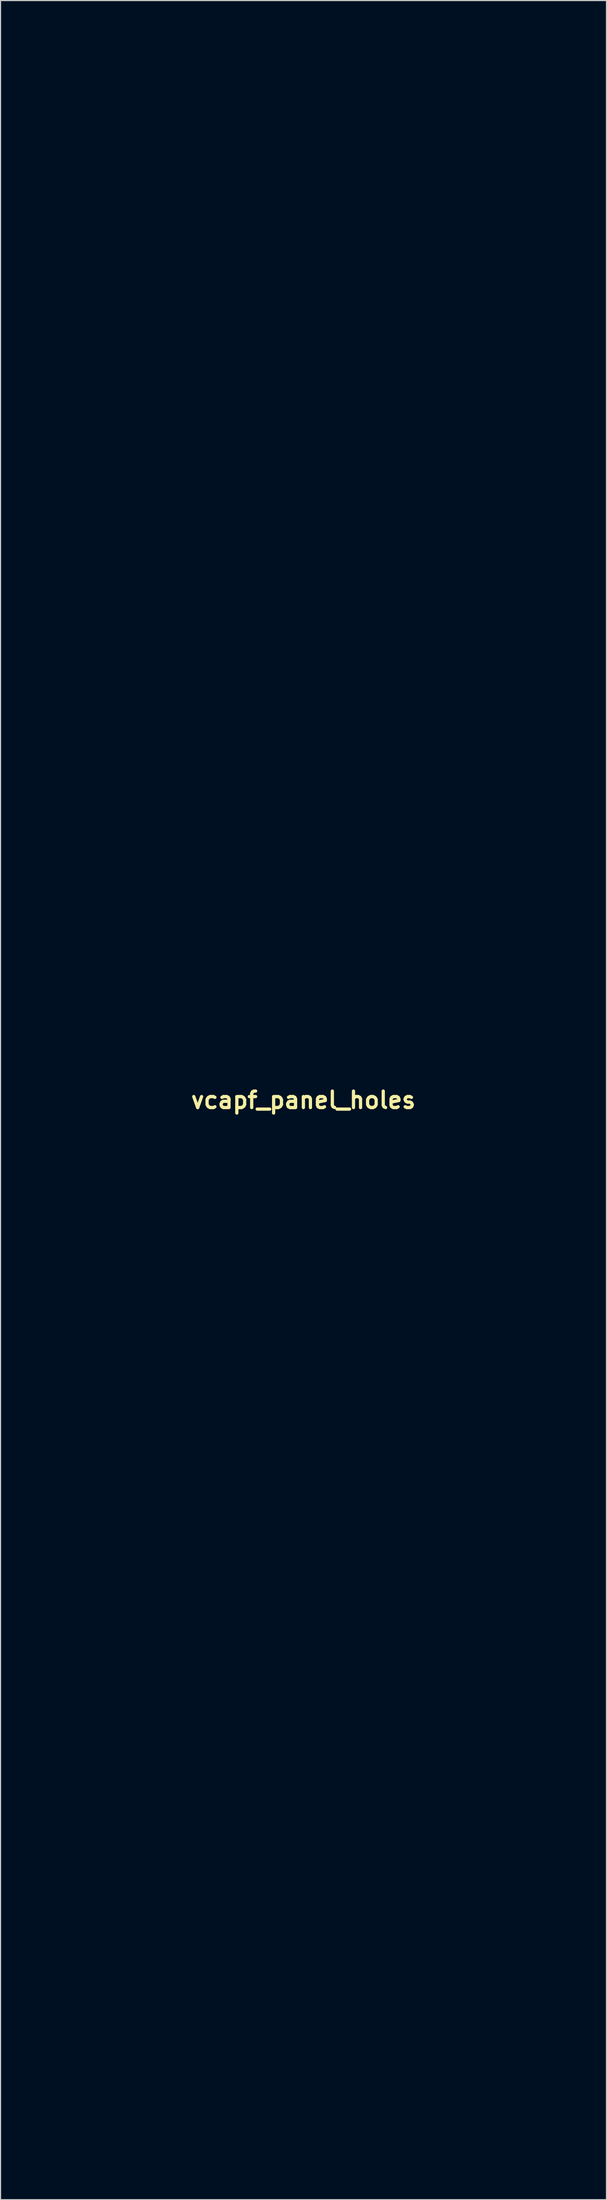
<source format=kicad_pcb>
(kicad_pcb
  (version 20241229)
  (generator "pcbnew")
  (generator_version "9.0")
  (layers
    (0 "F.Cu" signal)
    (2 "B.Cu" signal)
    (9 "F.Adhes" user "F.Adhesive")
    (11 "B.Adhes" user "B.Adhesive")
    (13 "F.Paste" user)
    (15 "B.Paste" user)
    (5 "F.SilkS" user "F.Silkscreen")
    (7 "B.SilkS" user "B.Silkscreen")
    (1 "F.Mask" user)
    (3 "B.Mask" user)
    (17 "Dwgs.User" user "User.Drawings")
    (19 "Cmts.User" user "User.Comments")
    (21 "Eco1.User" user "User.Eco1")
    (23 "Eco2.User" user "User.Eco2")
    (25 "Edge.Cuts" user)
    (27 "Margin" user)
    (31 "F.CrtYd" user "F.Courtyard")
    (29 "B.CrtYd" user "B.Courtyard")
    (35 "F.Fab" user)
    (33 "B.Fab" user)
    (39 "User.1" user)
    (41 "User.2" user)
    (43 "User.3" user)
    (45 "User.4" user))
  (footprint "vcapf_panel_holes"
    (layer "F.Cu")
    (at 25.069 98.749)
    (property "Reference" "vcapf_panel_holes" (at 0 0 0) (layer "F.SilkS") (effects (font (size 1.524 1.524) (thickness 0.3))))
    (attr board_only exclude_from_pos_files exclude_from_bom)
    (fp_poly (pts (xy 25.044 -89.701) (xy -25.019 -89.701) (xy -25.019 -90.489) (xy 25.044 -90.489)) (stroke (width 0.1) (type solid)) (fill no) (layer "Eco1.User"))
    (fp_poly (pts (xy 25.044 90.489) (xy -25.019 90.489) (xy -25.019 89.701) (xy 25.044 89.701)) (stroke (width 0.1) (type solid)) (fill no) (layer "Eco1.User"))
    (fp_poly (pts (xy -7.678 96.642) (xy -7.43 96.642) (xy -7.312 96.639) (xy -7.203 96.632) (xy -7.12 96.622) (xy -7.094 96.617) (xy -7 96.601) (xy -6.942 96.619) (xy -6.917 96.671) (xy -6.916 96.695) (xy -6.928 96.758) (xy -6.975 96.793) (xy -6.981 96.795) (xy -7.023 96.802) (xy -7.11 96.808) (xy -7.237 96.812) (xy -7.396 96.816) (xy -7.582 96.819) (xy -7.789 96.82) (xy -7.845 96.82) (xy -8.645 96.82) (xy -8.645 93.388) (xy -7.678 93.388)) (stroke (width 0.1) (type solid)) (fill no) (layer "Eco1.User"))
    (fp_poly (pts (xy 8.173 93.386) (xy 8.365 93.387) (xy 8.53 93.388) (xy 8.663 93.391) (xy 8.758 93.394) (xy 8.811 93.397) (xy 8.82 93.399) (xy 8.846 93.44) (xy 8.832 93.495) (xy 8.808 93.526) (xy 8.778 93.544) (xy 8.727 93.556) (xy 8.645 93.563) (xy 8.524 93.565) (xy 8.49 93.566) (xy 8.212 93.566) (xy 8.212 96.82) (xy 7.221 96.82) (xy 7.221 93.566) (xy 7.06 93.566) (xy 6.943 93.57) (xy 6.818 93.583) (xy 6.753 93.593) (xy 6.642 93.605) (xy 6.572 93.591) (xy 6.54 93.55) (xy 6.539 93.504) (xy 6.546 93.478) (xy 6.558 93.456) (xy 6.583 93.438) (xy 6.622 93.423) (xy 6.682 93.412) (xy 6.765 93.403) (xy 6.878 93.397) (xy 7.023 93.393) (xy 7.205 93.39) (xy 7.429 93.388) (xy 7.7 93.386) (xy 7.733 93.386) (xy 7.961 93.385)) (stroke (width 0.1) (type solid)) (fill no) (layer "Eco1.User"))
    (fp_poly (pts (xy 16.708 93.385) (xy 16.842 93.387) (xy 16.943 93.39) (xy 17.016 93.394) (xy 17.066 93.399) (xy 17.098 93.406) (xy 17.116 93.415) (xy 17.123 93.423) (xy 17.134 93.479) (xy 17.121 93.508) (xy 17.1 93.529) (xy 17.062 93.543) (xy 16.996 93.553) (xy 16.895 93.561) (xy 16.804 93.566) (xy 16.514 93.578) (xy 16.507 95.199) (xy 16.501 96.82) (xy 15.535 96.82) (xy 15.529 95.199) (xy 15.522 93.578) (xy 15.363 93.571) (xy 15.248 93.571) (xy 15.127 93.58) (xy 15.064 93.589) (xy 14.958 93.603) (xy 14.89 93.599) (xy 14.85 93.573) (xy 14.838 93.549) (xy 14.838 93.488) (xy 14.879 93.436) (xy 14.953 93.405) (xy 14.956 93.404) (xy 14.999 93.401) (xy 15.087 93.397) (xy 15.214 93.394) (xy 15.374 93.391) (xy 15.561 93.389) (xy 15.77 93.387) (xy 15.993 93.386) (xy 16.068 93.386) (xy 16.326 93.385) (xy 16.538 93.385)) (stroke (width 0.1) (type solid)) (fill no) (layer "Eco1.User"))
    (fp_poly (pts (xy 9.973 93.395) (xy 10.249 93.403) (xy 10.481 93.414) (xy 10.673 93.429) (xy 10.833 93.451) (xy 10.965 93.481) (xy 11.077 93.521) (xy 11.173 93.571) (xy 11.26 93.635) (xy 11.344 93.712) (xy 11.397 93.768) (xy 11.543 93.963) (xy 11.644 94.179) (xy 11.701 94.419) (xy 11.713 94.681) (xy 11.681 94.968) (xy 11.656 95.088) (xy 11.579 95.323) (xy 11.466 95.531) (xy 11.322 95.708) (xy 11.15 95.851) (xy 10.956 95.955) (xy 10.745 96.016) (xy 10.567 96.032) (xy 10.486 96.015) (xy 10.429 95.971) (xy 10.407 95.911) (xy 10.411 95.881) (xy 10.42 95.854) (xy 10.432 95.836) (xy 10.457 95.826) (xy 10.507 95.822) (xy 10.59 95.819) (xy 10.667 95.818) (xy 10.789 95.812) (xy 10.882 95.796) (xy 10.969 95.765) (xy 11.014 95.744) (xy 11.181 95.635) (xy 11.319 95.486) (xy 11.427 95.302) (xy 11.502 95.085) (xy 11.544 94.84) (xy 11.552 94.672) (xy 11.534 94.421) (xy 11.48 94.204) (xy 11.387 94.019) (xy 11.255 93.864) (xy 11.094 93.744) (xy 10.949 93.671) (xy 10.789 93.623) (xy 10.603 93.594) (xy 10.437 93.584) (xy 10.234 93.578) (xy 10.227 95.199) (xy 10.221 96.82) (xy 9.255 96.82) (xy 9.255 93.38)) (stroke (width 0.1) (type solid)) (fill no) (layer "Eco1.User"))
    (fp_poly (pts (xy 7.66 -96.794) (xy 7.889 -96.794) (xy 8.077 -96.793) (xy 8.226 -96.791) (xy 8.342 -96.788) (xy 8.43 -96.784) (xy 8.492 -96.779) (xy 8.535 -96.773) (xy 8.562 -96.765) (xy 8.578 -96.756) (xy 8.579 -96.755) (xy 8.613 -96.716) (xy 8.614 -96.683) (xy 8.594 -96.643) (xy 8.583 -96.628) (xy 8.564 -96.617) (xy 8.53 -96.609) (xy 8.474 -96.605) (xy 8.391 -96.604) (xy 8.273 -96.605) (xy 8.114 -96.608) (xy 8.022 -96.611) (xy 7.475 -96.624) (xy 7.475 -95.752) (xy 7.906 -95.752) (xy 8.065 -95.752) (xy 8.181 -95.75) (xy 8.261 -95.745) (xy 8.313 -95.738) (xy 8.343 -95.728) (xy 8.359 -95.713) (xy 8.362 -95.708) (xy 8.371 -95.644) (xy 8.362 -95.619) (xy 8.349 -95.603) (xy 8.324 -95.591) (xy 8.281 -95.583) (xy 8.212 -95.578) (xy 8.109 -95.575) (xy 7.966 -95.574) (xy 7.907 -95.574) (xy 7.476 -95.574) (xy 7.469 -94.475) (xy 7.462 -93.375) (xy 6.863 -93.368) (xy 6.694 -93.367) (xy 6.541 -93.367) (xy 6.413 -93.369) (xy 6.317 -93.372) (xy 6.259 -93.376) (xy 6.247 -93.379) (xy 6.244 -93.406) (xy 6.241 -93.481) (xy 6.238 -93.598) (xy 6.236 -93.753) (xy 6.234 -93.941) (xy 6.232 -94.16) (xy 6.231 -94.404) (xy 6.23 -94.67) (xy 6.229 -94.953) (xy 6.229 -95.095) (xy 6.229 -96.795) (xy 7.384 -96.795)) (stroke (width 0.1) (type solid)) (fill no) (layer "Eco1.User"))
    (fp_poly (pts (xy -19.559 -98.697) (xy -19.371 -98.695) (xy -19.213 -98.69) (xy -19.082 -98.683) (xy -18.972 -98.674) (xy -18.88 -98.662) (xy -18.801 -98.646) (xy -18.732 -98.627) (xy -18.668 -98.604) (xy -18.605 -98.578) (xy -18.539 -98.546) (xy -18.497 -98.526) (xy -18.261 -98.381) (xy -18.054 -98.197) (xy -17.88 -97.98) (xy -17.745 -97.735) (xy -17.701 -97.625) (xy -17.656 -97.456) (xy -17.629 -97.259) (xy -17.62 -97.052) (xy -17.631 -96.857) (xy -17.655 -96.716) (xy -17.747 -96.454) (xy -17.882 -96.213) (xy -18.056 -95.997) (xy -18.266 -95.812) (xy -18.507 -95.662) (xy -18.698 -95.578) (xy -18.878 -95.512) (xy -20.556 -95.506) (xy -20.891 -95.504) (xy -21.179 -95.504) (xy -21.424 -95.503) (xy -21.631 -95.504) (xy -21.802 -95.505) (xy -21.944 -95.506) (xy -22.058 -95.509) (xy -22.15 -95.512) (xy -22.223 -95.516) (xy -22.281 -95.522) (xy -22.329 -95.529) (xy -22.371 -95.537) (xy -22.41 -95.546) (xy -22.42 -95.549) (xy -22.681 -95.643) (xy -22.916 -95.776) (xy -23.121 -95.944) (xy -23.295 -96.142) (xy -23.433 -96.364) (xy -23.534 -96.605) (xy -23.595 -96.861) (xy -23.613 -97.125) (xy -23.585 -97.394) (xy -23.531 -97.598) (xy -23.462 -97.78) (xy -23.381 -97.932) (xy -23.278 -98.074) (xy -23.181 -98.183) (xy -22.995 -98.357) (xy -22.795 -98.492) (xy -22.565 -98.597) (xy -22.528 -98.611) (xy -22.311 -98.689) (xy -20.693 -98.696) (xy -20.344 -98.698) (xy -20.041 -98.699) (xy -19.78 -98.699)) (stroke (width 0.1) (type solid)) (fill no) (layer "Eco1.User"))
    (fp_poly (pts (xy -12.073 95.333) (xy -12.081 94.379) (xy -12.083 94.163) (xy -12.083 93.962) (xy -12.082 93.783) (xy -12.08 93.631) (xy -12.077 93.512) (xy -12.074 93.431) (xy -12.07 93.395) (xy -12.069 93.394) (xy -12.033 93.364) (xy -11.988 93.381) (xy -11.964 93.402) (xy -11.957 93.414) (xy -11.95 93.436) (xy -11.944 93.471) (xy -11.939 93.522) (xy -11.935 93.594) (xy -11.932 93.69) (xy -11.93 93.812) (xy -11.928 93.966) (xy -11.926 94.154) (xy -11.925 94.381) (xy -11.925 94.648) (xy -11.925 94.961) (xy -11.925 95.182) (xy -11.925 95.474) (xy -11.926 95.751) (xy -11.927 96.008) (xy -11.929 96.242) (xy -11.931 96.448) (xy -11.933 96.622) (xy -11.936 96.76) (xy -11.939 96.858) (xy -11.942 96.911) (xy -11.944 96.921) (xy -11.965 96.903) (xy -12.019 96.853) (xy -12.102 96.773) (xy -12.212 96.668) (xy -12.345 96.539) (xy -12.497 96.391) (xy -12.666 96.226) (xy -12.848 96.048) (xy -12.98 95.919) (xy -13.997 94.918) (xy -14.009 95.855) (xy -14.013 96.112) (xy -14.017 96.323) (xy -14.022 96.491) (xy -14.027 96.621) (xy -14.035 96.717) (xy -14.045 96.783) (xy -14.058 96.824) (xy -14.074 96.844) (xy -14.094 96.847) (xy -14.118 96.837) (xy -14.131 96.829) (xy -14.157 96.8) (xy -14.17 96.745) (xy -14.174 96.653) (xy -14.174 96.646) (xy -14.174 96.593) (xy -14.173 96.494) (xy -14.173 96.354) (xy -14.172 96.178) (xy -14.171 95.97) (xy -14.17 95.736) (xy -14.17 95.479) (xy -14.169 95.206) (xy -14.168 94.92) (xy -14.167 94.869) (xy -14.162 93.248)) (stroke (width 0.1) (type solid)) (fill no) (layer "Eco1.User"))
    (fp_poly (pts (xy -4.997 93.385) (xy -4.766 93.454) (xy -4.557 93.565) (xy -4.372 93.717) (xy -4.213 93.908) (xy -4.083 94.136) (xy -3.982 94.397) (xy -3.913 94.691) (xy -3.888 94.886) (xy -3.879 95.194) (xy -3.909 95.495) (xy -3.977 95.781) (xy -4.08 96.047) (xy -4.216 96.283) (xy -4.349 96.449) (xy -4.539 96.616) (xy -4.753 96.741) (xy -4.985 96.822) (xy -5.229 96.857) (xy -5.471 96.844) (xy -5.696 96.785) (xy -5.909 96.679) (xy -5.944 96.652) (xy -5.454 96.652) (xy -5.39 96.671) (xy -5.309 96.68) (xy -5.197 96.676) (xy -5.072 96.66) (xy -4.952 96.633) (xy -4.926 96.625) (xy -4.724 96.535) (xy -4.541 96.401) (xy -4.381 96.226) (xy -4.246 96.014) (xy -4.141 95.77) (xy -4.091 95.602) (xy -4.068 95.505) (xy -4.054 95.415) (xy -4.046 95.319) (xy -4.045 95.203) (xy -4.048 95.052) (xy -4.049 95.03) (xy -4.064 94.79) (xy -4.095 94.587) (xy -4.146 94.407) (xy -4.219 94.239) (xy -4.32 94.07) (xy -4.327 94.059) (xy -4.478 93.867) (xy -4.644 93.722) (xy -4.828 93.623) (xy -5.033 93.567) (xy -5.225 93.553) (xy -5.454 93.553) (xy -5.454 96.652) (xy -5.944 96.652) (xy -6.103 96.531) (xy -6.275 96.342) (xy -6.42 96.118) (xy -6.458 96.045) (xy -6.529 95.886) (xy -6.58 95.74) (xy -6.616 95.59) (xy -6.639 95.422) (xy -6.652 95.22) (xy -6.654 95.192) (xy -6.65 94.862) (xy -6.609 94.565) (xy -6.53 94.298) (xy -6.412 94.057) (xy -6.253 93.838) (xy -6.133 93.712) (xy -5.939 93.557) (xy -5.731 93.448) (xy -5.504 93.384) (xy -5.252 93.362) (xy -5.249 93.362)) (stroke (width 0.1) (type solid)) (fill no) (layer "Eco1.User"))
    (fp_poly (pts (xy 21.699 95.502) (xy 21.889 95.504) (xy 22.047 95.509) (xy 22.179 95.515) (xy 22.289 95.524) (xy 22.381 95.535) (xy 22.458 95.549) (xy 22.525 95.567) (xy 22.586 95.588) (xy 22.645 95.613) (xy 22.706 95.642) (xy 22.749 95.664) (xy 22.99 95.812) (xy 23.196 95.993) (xy 23.365 96.203) (xy 23.495 96.436) (xy 23.585 96.687) (xy 23.631 96.951) (xy 23.633 97.222) (xy 23.586 97.495) (xy 23.549 97.617) (xy 23.45 97.851) (xy 23.318 98.056) (xy 23.145 98.246) (xy 23.127 98.263) (xy 22.986 98.385) (xy 22.85 98.478) (xy 22.699 98.555) (xy 22.537 98.618) (xy 22.336 98.689) (xy 20.696 98.694) (xy 20.352 98.694) (xy 20.056 98.695) (xy 19.802 98.694) (xy 19.589 98.693) (xy 19.411 98.692) (xy 19.265 98.689) (xy 19.148 98.685) (xy 19.055 98.681) (xy 18.983 98.676) (xy 18.928 98.669) (xy 18.891 98.662) (xy 18.633 98.581) (xy 18.393 98.455) (xy 18.177 98.29) (xy 17.99 98.092) (xy 17.837 97.865) (xy 17.724 97.615) (xy 17.685 97.488) (xy 17.66 97.346) (xy 17.648 97.175) (xy 17.648 96.994) (xy 17.662 96.826) (xy 17.684 96.705) (xy 17.774 96.447) (xy 17.91 96.208) (xy 18.084 95.993) (xy 18.292 95.81) (xy 18.53 95.663) (xy 18.588 95.634) (xy 18.639 95.609) (xy 18.688 95.587) (xy 18.739 95.569) (xy 18.795 95.554) (xy 18.861 95.542) (xy 18.942 95.532) (xy 19.04 95.525) (xy 19.161 95.519) (xy 19.308 95.515) (xy 19.485 95.512) (xy 19.698 95.509) (xy 19.949 95.507) (xy 20.243 95.506) (xy 20.556 95.504) (xy 20.908 95.503) (xy 21.213 95.501) (xy 21.476 95.501)) (stroke (width 0.1) (type solid)) (fill no) (layer "Eco1.User"))
    (fp_poly (pts (xy 6.198 93.377) (xy 6.211 93.401) (xy 6.221 93.447) (xy 6.229 93.517) (xy 6.233 93.616) (xy 6.236 93.748) (xy 6.237 93.917) (xy 6.236 94.127) (xy 6.234 94.382) (xy 6.234 94.489) (xy 6.231 94.784) (xy 6.227 95.033) (xy 6.222 95.243) (xy 6.216 95.417) (xy 6.207 95.561) (xy 6.196 95.681) (xy 6.182 95.782) (xy 6.164 95.868) (xy 6.142 95.946) (xy 6.115 96.02) (xy 6.095 96.07) (xy 5.973 96.307) (xy 5.823 96.504) (xy 5.648 96.659) (xy 5.451 96.771) (xy 5.235 96.838) (xy 5.001 96.859) (xy 4.825 96.844) (xy 4.623 96.789) (xy 4.429 96.69) (xy 4.253 96.555) (xy 4.106 96.391) (xy 4.05 96.308) (xy 3.992 96.201) (xy 3.942 96.091) (xy 3.901 95.971) (xy 3.867 95.837) (xy 3.841 95.684) (xy 3.82 95.508) (xy 3.806 95.303) (xy 3.797 95.065) (xy 3.793 94.788) (xy 3.792 94.469) (xy 3.794 94.265) (xy 3.801 93.4) (xy 4.29 93.393) (xy 4.78 93.386) (xy 4.786 95.021) (xy 4.793 96.655) (xy 5.024 96.662) (xy 5.155 96.663) (xy 5.254 96.655) (xy 5.341 96.636) (xy 5.4 96.616) (xy 5.56 96.529) (xy 5.705 96.399) (xy 5.831 96.228) (xy 5.936 96.022) (xy 6.013 95.79) (xy 6.043 95.637) (xy 6.067 95.436) (xy 6.084 95.187) (xy 6.095 94.894) (xy 6.099 94.557) (xy 6.096 94.178) (xy 6.096 94.168) (xy 6.092 93.952) (xy 6.09 93.782) (xy 6.089 93.65) (xy 6.091 93.553) (xy 6.094 93.485) (xy 6.099 93.44) (xy 6.107 93.412) (xy 6.117 93.395) (xy 6.131 93.386) (xy 6.134 93.384) (xy 6.159 93.372) (xy 6.18 93.368)) (stroke (width 0.1) (type solid)) (fill no) (layer "Eco1.User"))
    (fp_poly (pts (xy -5.825 -96.804) (xy -5.794 -96.76) (xy -5.785 -96.725) (xy -5.789 -96.678) (xy -5.809 -96.611) (xy -5.848 -96.511) (xy -5.869 -96.462) (xy -5.896 -96.395) (xy -5.941 -96.286) (xy -6.001 -96.14) (xy -6.074 -95.961) (xy -6.157 -95.755) (xy -6.25 -95.527) (xy -6.35 -95.28) (xy -6.455 -95.022) (xy -6.56 -94.761) (xy -6.664 -94.502) (xy -6.763 -94.258) (xy -6.855 -94.031) (xy -6.939 -93.827) (xy -7.012 -93.649) (xy -7.073 -93.501) (xy -7.12 -93.388) (xy -7.152 -93.313) (xy -7.166 -93.281) (xy -7.167 -93.28) (xy -7.18 -93.3) (xy -7.212 -93.362) (xy -7.261 -93.464) (xy -7.326 -93.602) (xy -7.405 -93.772) (xy -7.496 -93.971) (xy -7.599 -94.195) (xy -7.71 -94.441) (xy -7.829 -94.705) (xy -7.954 -94.984) (xy -7.966 -95.009) (xy -8.091 -95.29) (xy -8.21 -95.557) (xy -8.322 -95.807) (xy -8.423 -96.037) (xy -8.514 -96.242) (xy -8.593 -96.419) (xy -8.656 -96.565) (xy -8.705 -96.675) (xy -8.735 -96.747) (xy -8.747 -96.776) (xy -8.747 -96.776) (xy -8.722 -96.781) (xy -8.654 -96.785) (xy -8.548 -96.788) (xy -8.411 -96.789) (xy -8.251 -96.79) (xy -8.093 -96.789) (xy -7.439 -96.782) (xy -7.077 -95.93) (xy -6.994 -95.734) (xy -6.916 -95.551) (xy -6.846 -95.388) (xy -6.786 -95.25) (xy -6.739 -95.143) (xy -6.707 -95.071) (xy -6.693 -95.041) (xy -6.68 -95.046) (xy -6.655 -95.087) (xy -6.616 -95.166) (xy -6.564 -95.284) (xy -6.497 -95.445) (xy -6.414 -95.651) (xy -6.363 -95.779) (xy -6.288 -95.97) (xy -6.217 -96.15) (xy -6.154 -96.312) (xy -6.1 -96.45) (xy -6.059 -96.558) (xy -6.033 -96.628) (xy -6.026 -96.649) (xy -5.984 -96.741) (xy -5.932 -96.8) (xy -5.876 -96.822)) (stroke (width 0.1) (type solid)) (fill no) (layer "Eco1.User"))
    (fp_poly (pts (xy -3.242 -96.802) (xy -3.027 -96.753) (xy -2.911 -96.714) (xy -2.785 -96.66) (xy -2.666 -96.601) (xy -2.569 -96.543) (xy -2.523 -96.508) (xy -2.477 -96.441) (xy -2.47 -96.371) (xy -2.503 -96.313) (xy -2.504 -96.312) (xy -2.558 -96.297) (xy -2.63 -96.315) (xy -2.704 -96.361) (xy -2.738 -96.393) (xy -2.823 -96.459) (xy -2.947 -96.521) (xy -3.1 -96.574) (xy -3.27 -96.617) (xy -3.445 -96.647) (xy -3.615 -96.66) (xy -3.768 -96.655) (xy -3.776 -96.654) (xy -3.916 -96.636) (xy -3.916 -93.542) (xy -3.823 -93.525) (xy -3.735 -93.517) (xy -3.613 -93.517) (xy -3.474 -93.524) (xy -3.335 -93.537) (xy -3.212 -93.555) (xy -3.124 -93.575) (xy -2.919 -93.657) (xy -2.749 -93.765) (xy -2.667 -93.837) (xy -2.575 -93.913) (xy -2.503 -93.945) (xy -2.452 -93.933) (xy -2.424 -93.877) (xy -2.42 -93.852) (xy -2.424 -93.788) (xy -2.455 -93.734) (xy -2.495 -93.693) (xy -2.583 -93.628) (xy -2.705 -93.558) (xy -2.845 -93.49) (xy -2.988 -93.432) (xy -3.089 -93.4) (xy -3.207 -93.377) (xy -3.361 -93.36) (xy -3.535 -93.349) (xy -3.713 -93.346) (xy -3.882 -93.35) (xy -4.026 -93.363) (xy -4.093 -93.374) (xy -4.383 -93.459) (xy -4.646 -93.582) (xy -4.877 -93.742) (xy -5.074 -93.935) (xy -5.234 -94.158) (xy -5.285 -94.255) (xy -5.368 -94.438) (xy -5.424 -94.604) (xy -5.458 -94.771) (xy -5.475 -94.957) (xy -5.478 -95.104) (xy -5.468 -95.339) (xy -5.435 -95.544) (xy -5.374 -95.736) (xy -5.282 -95.932) (xy -5.27 -95.956) (xy -5.183 -96.086) (xy -5.064 -96.227) (xy -4.928 -96.364) (xy -4.786 -96.484) (xy -4.671 -96.562) (xy -4.418 -96.684) (xy -4.139 -96.77) (xy -3.843 -96.819) (xy -3.54 -96.83)) (stroke (width 0.1) (type solid)) (fill no) (layer "Eco1.User"))
    (fp_poly (pts (xy -21.091 95.502) (xy -20.771 95.503) (xy -20.531 95.504) (xy -20.196 95.506) (xy -19.907 95.508) (xy -19.662 95.51) (xy -19.456 95.512) (xy -19.286 95.515) (xy -19.147 95.518) (xy -19.036 95.522) (xy -18.949 95.526) (xy -18.882 95.532) (xy -18.831 95.538) (xy -18.792 95.545) (xy -18.762 95.554) (xy -18.757 95.555) (xy -18.487 95.674) (xy -18.246 95.83) (xy -18.038 96.018) (xy -17.867 96.236) (xy -17.736 96.479) (xy -17.655 96.716) (xy -17.63 96.873) (xy -17.621 97.058) (xy -17.629 97.253) (xy -17.652 97.438) (xy -17.689 97.594) (xy -17.694 97.608) (xy -17.807 97.859) (xy -17.96 98.087) (xy -18.148 98.286) (xy -18.365 98.451) (xy -18.605 98.577) (xy -18.861 98.66) (xy -18.878 98.663) (xy -18.944 98.672) (xy -19.055 98.679) (xy -19.204 98.685) (xy -19.388 98.69) (xy -19.6 98.695) (xy -19.834 98.698) (xy -20.084 98.7) (xy -20.346 98.702) (xy -20.614 98.702) (xy -20.881 98.702) (xy -21.142 98.701) (xy -21.393 98.698) (xy -21.625 98.695) (xy -21.836 98.691) (xy -22.018 98.685) (xy -22.165 98.679) (xy -22.274 98.672) (xy -22.336 98.664) (xy -22.606 98.58) (xy -22.85 98.457) (xy -23.066 98.298) (xy -23.251 98.108) (xy -23.402 97.892) (xy -23.514 97.654) (xy -23.586 97.4) (xy -23.614 97.133) (xy -23.596 96.86) (xy -23.584 96.793) (xy -23.504 96.52) (xy -23.38 96.269) (xy -23.215 96.044) (xy -23.014 95.85) (xy -22.779 95.693) (xy -22.724 95.664) (xy -22.659 95.632) (xy -22.6 95.604) (xy -22.541 95.58) (xy -22.478 95.561) (xy -22.408 95.544) (xy -22.326 95.531) (xy -22.229 95.52) (xy -22.113 95.513) (xy -21.972 95.507) (xy -21.804 95.503) (xy -21.604 95.502) (xy -21.368 95.501)) (stroke (width 0.1) (type solid)) (fill no) (layer "Eco1.User"))
    (fp_poly (pts (xy 3.515 -96.788) (xy 3.79 -96.784) (xy 4.019 -96.779) (xy 4.209 -96.773) (xy 4.366 -96.765) (xy 4.495 -96.754) (xy 4.603 -96.74) (xy 4.694 -96.722) (xy 4.776 -96.7) (xy 4.853 -96.672) (xy 4.931 -96.639) (xy 4.95 -96.63) (xy 5.175 -96.503) (xy 5.36 -96.345) (xy 5.502 -96.161) (xy 5.602 -95.953) (xy 5.657 -95.725) (xy 5.666 -95.479) (xy 5.628 -95.218) (xy 5.62 -95.182) (xy 5.553 -94.975) (xy 5.464 -94.8) (xy 5.343 -94.639) (xy 5.276 -94.568) (xy 5.083 -94.409) (xy 4.86 -94.288) (xy 4.611 -94.208) (xy 4.339 -94.171) (xy 4.283 -94.168) (xy 4.181 -94.167) (xy 4.117 -94.173) (xy 4.078 -94.188) (xy 4.053 -94.212) (xy 4.023 -94.26) (xy 4.023 -94.294) (xy 4.042 -94.328) (xy 4.066 -94.346) (xy 4.116 -94.359) (xy 4.2 -94.37) (xy 4.325 -94.378) (xy 4.379 -94.38) (xy 4.573 -94.395) (xy 4.73 -94.424) (xy 4.862 -94.471) (xy 4.981 -94.541) (xy 5.1 -94.639) (xy 5.119 -94.657) (xy 5.266 -94.824) (xy 5.371 -95.007) (xy 5.436 -95.212) (xy 5.462 -95.446) (xy 5.461 -95.584) (xy 5.442 -95.782) (xy 5.4 -95.944) (xy 5.329 -96.083) (xy 5.225 -96.209) (xy 5.19 -96.243) (xy 5.038 -96.365) (xy 4.868 -96.459) (xy 4.674 -96.529) (xy 4.448 -96.577) (xy 4.183 -96.604) (xy 4.113 -96.608) (xy 3.788 -96.624) (xy 3.788 -93.362) (xy 3.195 -93.362) (xy 3.026 -93.363) (xy 2.875 -93.365) (xy 2.748 -93.368) (xy 2.653 -93.372) (xy 2.597 -93.376) (xy 2.585 -93.379) (xy 2.582 -93.407) (xy 2.579 -93.481) (xy 2.577 -93.598) (xy 2.574 -93.753) (xy 2.572 -93.942) (xy 2.571 -94.16) (xy 2.569 -94.405) (xy 2.569 -94.67) (xy 2.568 -94.953) (xy 2.568 -95.098) (xy 2.568 -96.8)) (stroke (width 0.1) (type solid)) (fill no) (layer "Eco1.User"))
    (fp_poly (pts (xy 14.504 93.387) (xy 14.51 93.392) (xy 14.519 93.405) (xy 14.527 93.433) (xy 14.532 93.478) (xy 14.536 93.545) (xy 14.539 93.64) (xy 14.54 93.765) (xy 14.541 93.926) (xy 14.54 94.127) (xy 14.538 94.372) (xy 14.536 94.517) (xy 14.533 94.807) (xy 14.53 95.052) (xy 14.525 95.257) (xy 14.519 95.426) (xy 14.511 95.567) (xy 14.499 95.683) (xy 14.485 95.781) (xy 14.467 95.865) (xy 14.444 95.942) (xy 14.416 96.016) (xy 14.382 96.092) (xy 14.364 96.131) (xy 14.234 96.36) (xy 14.077 96.548) (xy 13.896 96.693) (xy 13.694 96.795) (xy 13.474 96.85) (xy 13.238 96.858) (xy 13.127 96.846) (xy 12.91 96.788) (xy 12.711 96.684) (xy 12.535 96.538) (xy 12.384 96.352) (xy 12.26 96.129) (xy 12.176 95.905) (xy 12.162 95.858) (xy 12.151 95.813) (xy 12.142 95.763) (xy 12.134 95.705) (xy 12.128 95.633) (xy 12.123 95.542) (xy 12.119 95.427) (xy 12.116 95.282) (xy 12.114 95.103) (xy 12.112 94.885) (xy 12.109 94.622) (xy 12.109 94.551) (xy 12.099 93.388) (xy 13.068 93.388) (xy 13.075 95.021) (xy 13.081 96.655) (xy 13.361 96.655) (xy 13.487 96.654) (xy 13.576 96.649) (xy 13.642 96.639) (xy 13.697 96.62) (xy 13.757 96.59) (xy 13.775 96.58) (xy 13.931 96.472) (xy 14.063 96.331) (xy 14.174 96.152) (xy 14.267 95.932) (xy 14.319 95.765) (xy 14.333 95.713) (xy 14.345 95.662) (xy 14.354 95.607) (xy 14.361 95.543) (xy 14.367 95.464) (xy 14.372 95.365) (xy 14.375 95.24) (xy 14.378 95.083) (xy 14.38 94.89) (xy 14.382 94.655) (xy 14.383 94.494) (xy 14.384 94.265) (xy 14.386 94.053) (xy 14.387 93.862) (xy 14.388 93.698) (xy 14.389 93.565) (xy 14.39 93.47) (xy 14.39 93.418) (xy 14.39 93.409) (xy 14.412 93.384) (xy 14.458 93.376)) (stroke (width 0.1) (type solid)) (fill no) (layer "Eco1.User"))
    (fp_poly (pts (xy 2.086 93.371) (xy 2.297 93.408) (xy 2.488 93.484) (xy 2.667 93.602) (xy 2.811 93.73) (xy 2.983 93.932) (xy 3.117 94.157) (xy 3.218 94.416) (xy 3.23 94.456) (xy 3.263 94.607) (xy 3.286 94.792) (xy 3.3 94.994) (xy 3.303 95.197) (xy 3.294 95.383) (xy 3.281 95.492) (xy 3.222 95.744) (xy 3.133 95.988) (xy 3.017 96.212) (xy 2.881 96.407) (xy 2.752 96.541) (xy 2.598 96.653) (xy 2.414 96.748) (xy 2.223 96.817) (xy 2.096 96.844) (xy 1.995 96.858) (xy 1.923 96.865) (xy 1.861 96.864) (xy 1.789 96.856) (xy 1.704 96.842) (xy 1.484 96.782) (xy 1.278 96.676) (xy 1.089 96.528) (xy 0.92 96.344) (xy 0.777 96.127) (xy 0.661 95.882) (xy 0.578 95.613) (xy 0.559 95.523) (xy 0.54 95.375) (xy 0.531 95.196) (xy 0.533 95.004) (xy 0.544 94.815) (xy 0.563 94.646) (xy 0.584 94.544) (xy 0.673 94.275) (xy 0.795 94.032) (xy 0.946 93.822) (xy 1.122 93.651) (xy 1.212 93.586) (xy 1.296 93.534) (xy 1.729 93.534) (xy 1.729 96.664) (xy 1.799 96.674) (xy 1.902 96.679) (xy 2.03 96.67) (xy 2.162 96.649) (xy 2.263 96.623) (xy 2.463 96.531) (xy 2.646 96.395) (xy 2.807 96.221) (xy 2.942 96.014) (xy 3.047 95.78) (xy 3.113 95.543) (xy 3.141 95.338) (xy 3.151 95.109) (xy 3.142 94.879) (xy 3.115 94.672) (xy 3.113 94.664) (xy 3.082 94.545) (xy 3.033 94.405) (xy 2.977 94.269) (xy 2.962 94.237) (xy 2.894 94.106) (xy 2.826 94.003) (xy 2.747 93.911) (xy 2.686 93.852) (xy 2.536 93.725) (xy 2.394 93.637) (xy 2.246 93.581) (xy 2.077 93.552) (xy 1.977 93.545) (xy 1.729 93.534) (xy 1.296 93.534) (xy 1.36 93.495) (xy 1.49 93.434) (xy 1.618 93.395) (xy 1.763 93.374) (xy 1.845 93.369)) (stroke (width 0.1) (type solid)) (fill no) (layer "Eco1.User"))
    (fp_poly (pts (xy -11.816 70.119) (xy -11.328 70.212) (xy -10.92 70.329) (xy -10.456 70.508) (xy -10.017 70.732) (xy -9.602 71.001) (xy -9.21 71.315) (xy -8.911 71.602) (xy -8.663 71.872) (xy -8.451 72.137) (xy -8.266 72.411) (xy -8.096 72.708) (xy -8.008 72.882) (xy -7.811 73.338) (xy -7.664 73.797) (xy -7.565 74.265) (xy -7.513 74.746) (xy -7.509 75.245) (xy -7.509 75.247) (xy -7.549 75.749) (xy -7.633 76.228) (xy -7.763 76.687) (xy -7.939 77.132) (xy -8.164 77.566) (xy -8.325 77.827) (xy -8.615 78.225) (xy -8.941 78.589) (xy -9.3 78.918) (xy -9.687 79.209) (xy -10.101 79.462) (xy -10.536 79.674) (xy -10.989 79.843) (xy -11.458 79.968) (xy -11.938 80.048) (xy -12.427 80.08) (xy -12.908 80.064) (xy -13.387 80) (xy -13.863 79.887) (xy -14.329 79.729) (xy -14.777 79.529) (xy -15.202 79.288) (xy -15.509 79.076) (xy -15.645 78.967) (xy -15.801 78.83) (xy -15.964 78.677) (xy -16.124 78.519) (xy -16.267 78.369) (xy -16.378 78.241) (xy -16.672 77.843) (xy -16.922 77.423) (xy -17.128 76.986) (xy -17.289 76.534) (xy -17.405 76.071) (xy -17.477 75.6) (xy -17.5 75.208) (xy -15.001 75.208) (xy -12.636 75.208) (xy -12.636 77.573) (xy -12.382 77.573) (xy -12.382 75.208) (xy -9.992 75.208) (xy -9.992 74.955) (xy -11.181 74.948) (xy -12.369 74.941) (xy -12.376 73.753) (xy -12.383 72.564) (xy -12.636 72.564) (xy -12.636 74.954) (xy -15.001 74.954) (xy -15.001 75.208) (xy -17.5 75.208) (xy -17.505 75.126) (xy -17.488 74.652) (xy -17.426 74.18) (xy -17.319 73.715) (xy -17.167 73.26) (xy -16.97 72.819) (xy -16.728 72.395) (xy -16.523 72.098) (xy -16.201 71.709) (xy -15.849 71.358) (xy -15.47 71.048) (xy -15.066 70.779) (xy -14.641 70.551) (xy -14.197 70.366) (xy -13.739 70.226) (xy -13.268 70.129) (xy -12.789 70.079) (xy -12.304 70.075)) (stroke (width 0.1) (type solid)) (fill no) (layer "Eco1.User"))
    (fp_poly (pts (xy 13.006 45.072) (xy 13.508 45.143) (xy 13.577 45.157) (xy 14.047 45.28) (xy 14.5 45.449) (xy 14.935 45.662) (xy 15.347 45.917) (xy 15.733 46.211) (xy 16.09 46.541) (xy 16.415 46.905) (xy 16.705 47.3) (xy 16.956 47.724) (xy 17.035 47.881) (xy 17.229 48.341) (xy 17.375 48.811) (xy 17.473 49.288) (xy 17.524 49.768) (xy 17.528 50.249) (xy 17.486 50.726) (xy 17.399 51.196) (xy 17.267 51.656) (xy 17.091 52.103) (xy 16.871 52.534) (xy 16.609 52.944) (xy 16.303 53.331) (xy 15.985 53.664) (xy 15.602 53.996) (xy 15.192 54.285) (xy 14.758 54.529) (xy 14.301 54.729) (xy 13.824 54.883) (xy 13.329 54.989) (xy 13.12 55.019) (xy 12.972 55.032) (xy 12.787 55.04) (xy 12.58 55.043) (xy 12.366 55.04) (xy 12.16 55.033) (xy 11.974 55.022) (xy 11.825 55.006) (xy 11.823 55.005) (xy 11.331 54.909) (xy 10.858 54.767) (xy 10.406 54.581) (xy 9.977 54.353) (xy 9.574 54.087) (xy 9.2 53.784) (xy 8.857 53.447) (xy 8.547 53.078) (xy 8.273 52.679) (xy 8.038 52.252) (xy 7.843 51.801) (xy 7.692 51.326) (xy 7.644 51.128) (xy 7.564 50.657) (xy 7.53 50.177) (xy 10.03 50.177) (xy 12.408 50.19) (xy 12.408 52.554) (xy 12.662 52.554) (xy 12.662 50.19) (xy 15.026 50.19) (xy 15.026 49.91) (xy 12.662 49.91) (xy 12.662 47.546) (xy 12.408 47.546) (xy 12.408 49.91) (xy 11.219 49.916) (xy 10.03 49.923) (xy 10.03 50.177) (xy 7.53 50.177) (xy 7.529 50.173) (xy 7.54 49.686) (xy 7.596 49.206) (xy 7.68 48.809) (xy 7.826 48.339) (xy 8.019 47.884) (xy 8.255 47.45) (xy 8.532 47.041) (xy 8.847 46.663) (xy 8.957 46.548) (xy 9.329 46.206) (xy 9.727 45.907) (xy 10.149 45.65) (xy 10.591 45.438) (xy 11.051 45.271) (xy 11.526 45.15) (xy 12.012 45.076) (xy 12.506 45.049)) (stroke (width 0.1) (type solid)) (fill no) (layer "Eco1.User"))
    (fp_poly (pts (xy -12.121 45.064) (xy -11.624 45.125) (xy -11.302 45.192) (xy -10.835 45.33) (xy -10.386 45.515) (xy -9.958 45.742) (xy -9.555 46.009) (xy -9.178 46.313) (xy -8.833 46.652) (xy -8.521 47.022) (xy -8.246 47.421) (xy -8.011 47.846) (xy -7.818 48.293) (xy -7.783 48.393) (xy -7.641 48.878) (xy -7.549 49.368) (xy -7.505 49.858) (xy -7.51 50.346) (xy -7.561 50.828) (xy -7.658 51.302) (xy -7.802 51.764) (xy -7.99 52.211) (xy -8.222 52.64) (xy -8.498 53.047) (xy -8.816 53.43) (xy -8.964 53.584) (xy -9.341 53.926) (xy -9.744 54.225) (xy -10.17 54.479) (xy -10.62 54.687) (xy -11.093 54.851) (xy -11.587 54.968) (xy -11.823 55.007) (xy -11.964 55.022) (xy -12.141 55.033) (xy -12.34 55.04) (xy -12.547 55.042) (xy -12.749 55.04) (xy -12.932 55.034) (xy -13.082 55.023) (xy -13.118 55.018) (xy -13.544 54.943) (xy -13.973 54.829) (xy -14.392 54.68) (xy -14.789 54.5) (xy -15.123 54.314) (xy -15.542 54.024) (xy -15.925 53.698) (xy -16.273 53.338) (xy -16.582 52.944) (xy -16.852 52.52) (xy -17.01 52.218) (xy -17.203 51.76) (xy -17.349 51.296) (xy -17.446 50.827) (xy -17.498 50.357) (xy -17.5 50.19) (xy -15.001 50.19) (xy -12.636 50.19) (xy -12.636 52.554) (xy -12.382 52.554) (xy -12.382 50.19) (xy -11.194 50.184) (xy -10.005 50.177) (xy -10.005 49.923) (xy -11.194 49.916) (xy -12.382 49.91) (xy -12.382 47.546) (xy -12.636 47.546) (xy -12.636 49.91) (xy -15.001 49.91) (xy -15.001 50.19) (xy -17.5 50.19) (xy -17.504 49.889) (xy -17.467 49.425) (xy -17.388 48.97) (xy -17.267 48.525) (xy -17.106 48.093) (xy -16.907 47.678) (xy -16.669 47.282) (xy -16.396 46.908) (xy -16.088 46.56) (xy -15.745 46.24) (xy -15.37 45.951) (xy -14.964 45.695) (xy -14.528 45.477) (xy -14.086 45.306) (xy -13.608 45.173) (xy -13.118 45.088) (xy -12.621 45.051)) (stroke (width 0.1) (type solid)) (fill no) (layer "Eco1.User"))
    (fp_poly (pts (xy 0.437 -73.545) (xy 0.842 -73.474) (xy 1.027 -73.425) (xy 1.409 -73.287) (xy 1.769 -73.105) (xy 2.103 -72.882) (xy 2.409 -72.623) (xy 2.684 -72.33) (xy 2.926 -72.006) (xy 3.13 -71.656) (xy 3.294 -71.281) (xy 3.417 -70.886) (xy 3.474 -70.607) (xy 3.497 -70.404) (xy 3.506 -70.171) (xy 3.503 -69.923) (xy 3.487 -69.678) (xy 3.459 -69.451) (xy 3.423 -69.27) (xy 3.296 -68.86) (xy 3.128 -68.477) (xy 2.921 -68.122) (xy 2.678 -67.798) (xy 2.402 -67.507) (xy 2.096 -67.252) (xy 1.762 -67.034) (xy 1.404 -66.855) (xy 1.023 -66.719) (xy 0.622 -66.626) (xy 0.205 -66.58) (xy 0.102 -66.577) (xy -0.034 -66.574) (xy -0.159 -66.574) (xy -0.26 -66.576) (xy -0.325 -66.579) (xy -0.331 -66.58) (xy -0.398 -66.59) (xy -0.496 -66.606) (xy -0.607 -66.625) (xy -0.632 -66.63) (xy -1.029 -66.727) (xy -1.408 -66.87) (xy -1.767 -67.056) (xy -2.101 -67.282) (xy -2.408 -67.544) (xy -2.683 -67.84) (xy -2.923 -68.166) (xy -3.125 -68.519) (xy -3.286 -68.897) (xy -3.316 -68.985) (xy -3.367 -69.151) (xy -3.406 -69.296) (xy -3.434 -69.432) (xy -3.453 -69.571) (xy -3.464 -69.726) (xy -3.469 -69.908) (xy -3.469 -69.945) (xy -2.492 -69.945) (xy -0.127 -69.945) (xy -0.127 -67.581) (xy 0.153 -67.581) (xy 0.153 -69.945) (xy 2.517 -69.945) (xy 2.517 -70.2) (xy 0.153 -70.2) (xy 0.153 -72.564) (xy -0.127 -72.564) (xy -0.127 -70.2) (xy -2.492 -70.2) (xy -2.492 -69.945) (xy -3.469 -69.945) (xy -3.47 -70.098) (xy -3.469 -70.276) (xy -3.466 -70.415) (xy -3.461 -70.524) (xy -3.452 -70.616) (xy -3.438 -70.702) (xy -3.419 -70.792) (xy -3.402 -70.862) (xy -3.272 -71.283) (xy -3.101 -71.673) (xy -2.891 -72.032) (xy -2.641 -72.36) (xy -2.353 -72.655) (xy -2.026 -72.916) (xy -1.662 -73.144) (xy -1.538 -73.209) (xy -1.17 -73.367) (xy -0.782 -73.48) (xy -0.381 -73.547) (xy 0.027 -73.569)) (stroke (width 0.1) (type solid)) (fill no) (layer "Eco1.User"))
    (fp_poly (pts (xy 20.968 -98.689) (xy 21.257 -98.688) (xy 21.502 -98.688) (xy 21.709 -98.687) (xy 21.881 -98.685) (xy 22.021 -98.683) (xy 22.134 -98.68) (xy 22.224 -98.676) (xy 22.295 -98.672) (xy 22.35 -98.666) (xy 22.394 -98.659) (xy 22.431 -98.651) (xy 22.462 -98.642) (xy 22.733 -98.535) (xy 22.971 -98.393) (xy 23.112 -98.276) (xy 23.285 -98.095) (xy 23.419 -97.906) (xy 23.522 -97.693) (xy 23.554 -97.609) (xy 23.59 -97.501) (xy 23.613 -97.409) (xy 23.625 -97.316) (xy 23.631 -97.201) (xy 23.632 -97.112) (xy 23.63 -96.963) (xy 23.62 -96.846) (xy 23.601 -96.741) (xy 23.574 -96.642) (xy 23.467 -96.382) (xy 23.318 -96.144) (xy 23.132 -95.935) (xy 22.913 -95.759) (xy 22.668 -95.622) (xy 22.527 -95.567) (xy 22.493 -95.556) (xy 22.46 -95.546) (xy 22.423 -95.538) (xy 22.379 -95.531) (xy 22.323 -95.526) (xy 22.251 -95.521) (xy 22.161 -95.517) (xy 22.046 -95.514) (xy 21.904 -95.512) (xy 21.731 -95.511) (xy 21.522 -95.509) (xy 21.274 -95.508) (xy 20.983 -95.508) (xy 20.696 -95.507) (xy 20.409 -95.506) (xy 20.135 -95.506) (xy 19.881 -95.506) (xy 19.649 -95.507) (xy 19.444 -95.508) (xy 19.271 -95.509) (xy 19.135 -95.51) (xy 19.038 -95.511) (xy 18.987 -95.513) (xy 18.98 -95.514) (xy 18.688 -95.6) (xy 18.426 -95.725) (xy 18.197 -95.885) (xy 18.002 -96.079) (xy 17.845 -96.304) (xy 17.729 -96.558) (xy 17.681 -96.716) (xy 17.653 -96.893) (xy 17.646 -97.096) (xy 17.659 -97.306) (xy 17.692 -97.504) (xy 17.729 -97.633) (xy 17.845 -97.885) (xy 18.003 -98.112) (xy 18.198 -98.31) (xy 18.424 -98.473) (xy 18.677 -98.597) (xy 18.777 -98.632) (xy 18.813 -98.644) (xy 18.848 -98.653) (xy 18.886 -98.661) (xy 18.932 -98.668) (xy 18.988 -98.674) (xy 19.06 -98.678) (xy 19.151 -98.682) (xy 19.265 -98.684) (xy 19.405 -98.686) (xy 19.577 -98.687) (xy 19.785 -98.688) (xy 20.031 -98.689) (xy 20.32 -98.689) (xy 20.633 -98.689)) (stroke (width 0.1) (type solid)) (fill no) (layer "Eco1.User"))
    (fp_poly (pts (xy 0.219 -28.511) (xy 0.445 -28.496) (xy 0.645 -28.472) (xy 0.73 -28.456) (xy 1.113 -28.351) (xy 1.478 -28.206) (xy 1.835 -28.015) (xy 1.983 -27.922) (xy 2.12 -27.821) (xy 2.275 -27.69) (xy 2.437 -27.539) (xy 2.594 -27.379) (xy 2.737 -27.222) (xy 2.853 -27.078) (xy 2.89 -27.027) (xy 3.084 -26.704) (xy 3.25 -26.352) (xy 3.381 -25.989) (xy 3.448 -25.731) (xy 3.471 -25.586) (xy 3.487 -25.404) (xy 3.496 -25.199) (xy 3.498 -24.983) (xy 3.494 -24.77) (xy 3.482 -24.574) (xy 3.463 -24.407) (xy 3.45 -24.332) (xy 3.336 -23.92) (xy 3.179 -23.531) (xy 2.98 -23.166) (xy 2.741 -22.83) (xy 2.464 -22.524) (xy 2.152 -22.253) (xy 1.807 -22.018) (xy 1.58 -21.893) (xy 1.234 -21.745) (xy 0.863 -21.632) (xy 0.479 -21.559) (xy 0.095 -21.526) (xy -0.279 -21.536) (xy -0.284 -21.536) (xy -0.702 -21.599) (xy -1.102 -21.707) (xy -1.481 -21.859) (xy -1.837 -22.053) (xy -2.166 -22.284) (xy -2.466 -22.552) (xy -2.734 -22.853) (xy -2.967 -23.185) (xy -3.162 -23.546) (xy -3.316 -23.932) (xy -3.42 -24.307) (xy -3.446 -24.467) (xy -3.465 -24.662) (xy -3.476 -24.878) (xy -3.476 -24.891) (xy -2.492 -24.891) (xy -0.127 -24.891) (xy -0.127 -22.527) (xy 0.153 -22.527) (xy 0.153 -24.891) (xy 2.517 -24.891) (xy 2.517 -25.146) (xy 0.153 -25.146) (xy 0.14 -27.523) (xy -0.114 -27.523) (xy -0.128 -25.146) (xy -2.492 -25.146) (xy -2.492 -24.891) (xy -3.476 -24.891) (xy -3.479 -25.1) (xy -3.473 -25.311) (xy -3.458 -25.499) (xy -3.446 -25.582) (xy -3.363 -25.953) (xy -3.235 -26.325) (xy -3.07 -26.684) (xy -2.873 -27.015) (xy -2.867 -27.024) (xy -2.764 -27.159) (xy -2.631 -27.312) (xy -2.478 -27.472) (xy -2.316 -27.628) (xy -2.156 -27.769) (xy -2.01 -27.884) (xy -1.958 -27.921) (xy -1.583 -28.141) (xy -1.193 -28.313) (xy -0.786 -28.437) (xy -0.644 -28.468) (xy -0.465 -28.495) (xy -0.252 -28.511) (xy -0.019 -28.516)) (stroke (width 0.1) (type solid)) (fill no) (layer "Eco1.User"))
    (fp_poly (pts (xy -15.926 93.268) (xy -15.916 93.292) (xy -15.891 93.36) (xy -15.851 93.466) (xy -15.798 93.607) (xy -15.735 93.777) (xy -15.663 93.972) (xy -15.583 94.188) (xy -15.497 94.419) (xy -15.408 94.662) (xy -15.315 94.912) (xy -15.222 95.164) (xy -15.13 95.414) (xy -15.041 95.657) (xy -14.956 95.889) (xy -14.877 96.105) (xy -14.805 96.3) (xy -14.743 96.471) (xy -14.691 96.612) (xy -14.653 96.719) (xy -14.628 96.787) (xy -14.62 96.813) (xy -14.644 96.815) (xy -14.711 96.816) (xy -14.814 96.817) (xy -14.944 96.816) (xy -15.095 96.815) (xy -15.119 96.814) (xy -15.619 96.807) (xy -15.775 96.388) (xy -16.796 96.388) (xy -16.855 96.572) (xy -16.904 96.702) (xy -16.953 96.793) (xy -17 96.842) (xy -17.042 96.846) (xy -17.077 96.804) (xy -17.083 96.789) (xy -17.087 96.727) (xy -17.06 96.636) (xy -17.046 96.605) (xy -17.001 96.501) (xy -16.977 96.433) (xy -16.974 96.391) (xy -16.991 96.366) (xy -17.028 96.347) (xy -17.035 96.345) (xy -17.093 96.31) (xy -17.111 96.259) (xy -17.111 96.252) (xy -17.098 96.19) (xy -17.071 96.172) (xy -16.726 96.172) (xy -16.658 96.188) (xy -16.609 96.194) (xy -16.52 96.199) (xy -16.402 96.203) (xy -16.267 96.206) (xy -16.215 96.207) (xy -15.841 96.21) (xy -15.913 96.013) (xy -15.946 95.922) (xy -15.992 95.797) (xy -16.046 95.648) (xy -16.104 95.491) (xy -16.146 95.377) (xy -16.197 95.239) (xy -16.244 95.121) (xy -16.283 95.03) (xy -16.311 94.973) (xy -16.324 94.957) (xy -16.337 94.986) (xy -16.362 95.056) (xy -16.398 95.161) (xy -16.443 95.295) (xy -16.494 95.449) (xy -16.534 95.574) (xy -16.726 96.172) (xy -17.071 96.172) (xy -17.053 96.159) (xy -16.968 96.155) (xy -16.968 96.155) (xy -16.886 96.16) (xy -16.463 94.869) (xy -16.381 94.618) (xy -16.302 94.377) (xy -16.228 94.151) (xy -16.161 93.946) (xy -16.102 93.766) (xy -16.054 93.618) (xy -16.017 93.505) (xy -15.993 93.433) (xy -15.988 93.418) (xy -15.961 93.338) (xy -15.939 93.285) (xy -15.926 93.268)) (stroke (width 0.1) (type solid)) (fill no) (layer "Eco1.User"))
    (fp_poly (pts (xy -1.796 93.378) (xy -1.602 93.426) (xy -1.406 93.513) (xy -1.4 93.516) (xy -1.259 93.604) (xy -1.169 93.691) (xy -1.126 93.779) (xy -1.124 93.83) (xy -1.139 93.89) (xy -1.173 93.911) (xy -1.228 93.895) (xy -1.308 93.839) (xy -1.371 93.785) (xy -1.53 93.666) (xy -1.698 93.588) (xy -1.885 93.548) (xy -2.039 93.54) (xy -2.237 93.54) (xy -2.237 96.674) (xy -2.059 96.662) (xy -1.854 96.622) (xy -1.66 96.535) (xy -1.481 96.404) (xy -1.321 96.231) (xy -1.183 96.02) (xy -1.156 95.967) (xy -1.113 95.879) (xy -1.084 95.811) (xy -1.067 95.747) (xy -1.058 95.674) (xy -1.053 95.576) (xy -1.052 95.464) (xy -1.048 95.314) (xy -1.039 95.21) (xy -1.023 95.147) (xy -1 95.119) (xy -0.966 95.122) (xy -0.946 95.133) (xy -0.934 95.144) (xy -0.925 95.164) (xy -0.917 95.198) (xy -0.912 95.252) (xy -0.908 95.331) (xy -0.905 95.44) (xy -0.903 95.584) (xy -0.903 95.769) (xy -0.903 95.981) (xy -0.903 96.208) (xy -0.904 96.39) (xy -0.905 96.531) (xy -0.908 96.638) (xy -0.912 96.715) (xy -0.918 96.767) (xy -0.925 96.8) (xy -0.935 96.819) (xy -0.946 96.829) (xy -0.986 96.847) (xy -1.015 96.838) (xy -1.034 96.797) (xy -1.044 96.721) (xy -1.048 96.604) (xy -1.046 96.445) (xy -1.038 96.097) (xy -1.167 96.29) (xy -1.239 96.39) (xy -1.318 96.485) (xy -1.388 96.557) (xy -1.404 96.571) (xy -1.611 96.71) (xy -1.837 96.804) (xy -2.075 96.851) (xy -2.318 96.851) (xy -2.372 96.844) (xy -2.594 96.785) (xy -2.799 96.68) (xy -2.986 96.532) (xy -3.148 96.344) (xy -3.283 96.118) (xy -3.288 96.107) (xy -3.37 95.921) (xy -3.428 95.744) (xy -3.465 95.56) (xy -3.484 95.355) (xy -3.489 95.155) (xy -3.48 94.906) (xy -3.45 94.688) (xy -3.397 94.486) (xy -3.316 94.281) (xy -3.296 94.239) (xy -3.152 93.988) (xy -2.981 93.777) (xy -2.785 93.607) (xy -2.566 93.48) (xy -2.328 93.399) (xy -2.072 93.364) (xy -2.01 93.362)) (stroke (width 0.1) (type solid)) (fill no) (layer "Eco1.User"))
    (fp_poly (pts (xy 0.192 11.531) (xy 0.378 11.537) (xy 0.538 11.55) (xy 0.648 11.565) (xy 1.058 11.671) (xy 1.45 11.824) (xy 1.821 12.021) (xy 2.167 12.261) (xy 2.485 12.542) (xy 2.526 12.584) (xy 2.804 12.906) (xy 3.037 13.251) (xy 3.224 13.617) (xy 3.365 14.002) (xy 3.459 14.406) (xy 3.504 14.825) (xy 3.509 15.012) (xy 3.484 15.438) (xy 3.412 15.849) (xy 3.291 16.246) (xy 3.121 16.629) (xy 2.912 16.984) (xy 2.826 17.099) (xy 2.71 17.235) (xy 2.574 17.382) (xy 2.426 17.531) (xy 2.277 17.672) (xy 2.137 17.796) (xy 2.015 17.891) (xy 1.983 17.913) (xy 1.61 18.131) (xy 1.217 18.303) (xy 0.8 18.431) (xy 0.725 18.449) (xy 0.605 18.468) (xy 0.447 18.483) (xy 0.264 18.494) (xy 0.069 18.499) (xy -0.128 18.5) (xy -0.311 18.495) (xy -0.47 18.485) (xy -0.577 18.471) (xy -0.917 18.391) (xy -1.264 18.272) (xy -1.603 18.119) (xy -1.919 17.938) (xy -1.958 17.913) (xy -2.077 17.824) (xy -2.217 17.704) (xy -2.368 17.564) (xy -2.52 17.412) (xy -2.663 17.259) (xy -2.787 17.115) (xy -2.882 16.99) (xy -2.895 16.971) (xy -3.096 16.625) (xy -3.262 16.251) (xy -3.388 15.863) (xy -3.422 15.726) (xy -3.446 15.58) (xy -3.464 15.398) (xy -3.475 15.194) (xy -3.476 15.154) (xy -2.492 15.154) (xy -0.127 15.154) (xy -0.127 17.518) (xy 0.153 17.518) (xy 0.153 15.154) (xy 2.517 15.154) (xy 2.517 14.874) (xy 0.153 14.874) (xy 0.153 12.509) (xy -0.127 12.509) (xy -0.127 14.874) (xy -2.492 14.874) (xy -2.492 15.154) (xy -3.476 15.154) (xy -3.478 14.983) (xy -3.475 14.778) (xy -3.463 14.593) (xy -3.449 14.474) (xy -3.359 14.062) (xy -3.223 13.671) (xy -3.041 13.302) (xy -2.813 12.955) (xy -2.539 12.629) (xy -2.457 12.544) (xy -2.141 12.261) (xy -1.806 12.024) (xy -1.447 11.831) (xy -1.062 11.68) (xy -0.681 11.577) (xy -0.556 11.558) (xy -0.394 11.543) (xy -0.207 11.534) (xy -0.007 11.529)) (stroke (width 0.1) (type solid)) (fill no) (layer "Eco1.User"))
    (fp_poly (pts (xy -10.373 93.289) (xy -10.361 93.318) (xy -10.334 93.391) (xy -10.291 93.504) (xy -10.236 93.653) (xy -10.168 93.835) (xy -10.091 94.044) (xy -10.004 94.279) (xy -9.911 94.534) (xy -9.811 94.805) (xy -9.724 95.04) (xy -9.621 95.323) (xy -9.522 95.592) (xy -9.43 95.843) (xy -9.346 96.073) (xy -9.27 96.278) (xy -9.206 96.454) (xy -9.153 96.597) (xy -9.115 96.703) (xy -9.091 96.768) (xy -9.083 96.789) (xy -9.089 96.8) (xy -9.119 96.808) (xy -9.179 96.813) (xy -9.274 96.816) (xy -9.409 96.816) (xy -9.575 96.814) (xy -10.078 96.807) (xy -10.153 96.598) (xy -10.228 96.388) (xy -11.253 96.388) (xy -11.312 96.572) (xy -11.364 96.711) (xy -11.415 96.802) (xy -11.465 96.846) (xy -11.513 96.839) (xy -11.526 96.828) (xy -11.543 96.777) (xy -11.529 96.69) (xy -11.486 96.57) (xy -11.48 96.555) (xy -11.446 96.477) (xy -11.423 96.417) (xy -11.416 96.393) (xy -11.437 96.371) (xy -11.488 96.346) (xy -11.492 96.345) (xy -11.55 96.31) (xy -11.568 96.259) (xy -11.569 96.252) (xy -11.555 96.19) (xy -11.528 96.172) (xy -11.181 96.172) (xy -11.114 96.188) (xy -11.062 96.195) (xy -10.976 96.2) (xy -10.867 96.204) (xy -10.746 96.206) (xy -10.622 96.206) (xy -10.506 96.205) (xy -10.407 96.202) (xy -10.336 96.197) (xy -10.303 96.191) (xy -10.302 96.188) (xy -10.312 96.16) (xy -10.338 96.09) (xy -10.377 95.985) (xy -10.426 95.853) (xy -10.482 95.699) (xy -10.536 95.552) (xy -10.598 95.387) (xy -10.654 95.241) (xy -10.703 95.117) (xy -10.741 95.025) (xy -10.767 94.968) (xy -10.778 94.953) (xy -10.79 94.98) (xy -10.814 95.049) (xy -10.85 95.153) (xy -10.894 95.286) (xy -10.945 95.44) (xy -10.987 95.57) (xy -11.181 96.172) (xy -11.528 96.172) (xy -11.51 96.159) (xy -11.426 96.155) (xy -11.425 96.155) (xy -11.343 96.16) (xy -10.907 94.831) (xy -10.824 94.578) (xy -10.745 94.336) (xy -10.671 94.11) (xy -10.605 93.906) (xy -10.546 93.727) (xy -10.498 93.58) (xy -10.462 93.468) (xy -10.439 93.397) (xy -10.432 93.378) (xy -10.404 93.304) (xy -10.383 93.28)) (stroke (width 0.1) (type solid)) (fill no) (layer "Eco1.User"))
    (fp_poly (pts (xy 12.797 70.088) (xy 13.014 70.098) (xy 13.202 70.114) (xy 13.323 70.131) (xy 13.838 70.249) (xy 14.327 70.41) (xy 14.789 70.613) (xy 15.222 70.858) (xy 15.626 71.143) (xy 15.999 71.469) (xy 16.342 71.835) (xy 16.651 72.239) (xy 16.799 72.464) (xy 17.034 72.889) (xy 17.224 73.336) (xy 17.369 73.799) (xy 17.468 74.274) (xy 17.521 74.759) (xy 17.526 75.248) (xy 17.485 75.737) (xy 17.396 76.224) (xy 17.275 76.654) (xy 17.099 77.109) (xy 16.877 77.545) (xy 16.613 77.959) (xy 16.31 78.346) (xy 15.97 78.703) (xy 15.597 79.026) (xy 15.195 79.31) (xy 15.124 79.354) (xy 14.769 79.549) (xy 14.384 79.72) (xy 13.986 79.861) (xy 13.592 79.966) (xy 13.495 79.986) (xy 13.364 80.008) (xy 13.207 80.029) (xy 13.035 80.049) (xy 12.863 80.066) (xy 12.702 80.078) (xy 12.564 80.085) (xy 12.464 80.086) (xy 12.458 80.085) (xy 12.38 80.081) (xy 12.28 80.075) (xy 12.23 80.072) (xy 11.741 80.019) (xy 11.264 79.918) (xy 10.804 79.772) (xy 10.362 79.584) (xy 9.942 79.355) (xy 9.546 79.088) (xy 9.177 78.786) (xy 8.838 78.451) (xy 8.532 78.084) (xy 8.261 77.689) (xy 8.029 77.268) (xy 7.838 76.823) (xy 7.691 76.357) (xy 7.68 76.313) (xy 7.581 75.817) (xy 7.532 75.32) (xy 7.532 75.208) (xy 10.018 75.208) (xy 12.408 75.208) (xy 12.408 77.573) (xy 12.662 77.573) (xy 12.662 75.208) (xy 15.026 75.208) (xy 15.026 74.954) (xy 12.662 74.954) (xy 12.662 72.564) (xy 12.408 72.564) (xy 12.402 73.753) (xy 12.395 74.941) (xy 11.206 74.948) (xy 10.018 74.955) (xy 10.018 75.208) (xy 7.532 75.208) (xy 7.532 74.825) (xy 7.581 74.334) (xy 7.677 73.853) (xy 7.82 73.383) (xy 8.009 72.928) (xy 8.244 72.491) (xy 8.523 72.075) (xy 8.639 71.926) (xy 8.765 71.781) (xy 8.919 71.619) (xy 9.09 71.451) (xy 9.266 71.289) (xy 9.436 71.144) (xy 9.587 71.026) (xy 9.605 71.013) (xy 10.038 70.737) (xy 10.492 70.507) (xy 10.964 70.323) (xy 11.453 70.187) (xy 11.734 70.132) (xy 11.902 70.111) (xy 12.105 70.096) (xy 12.331 70.087) (xy 12.565 70.084)) (stroke (width 0.1) (type solid)) (fill no) (layer "Eco1.User"))
    (fp_poly (pts (xy 0.396 -96.899) (xy 0.428 -96.835) (xy 0.477 -96.733) (xy 0.542 -96.598) (xy 0.619 -96.433) (xy 0.708 -96.244) (xy 0.806 -96.035) (xy 0.911 -95.81) (xy 1.021 -95.573) (xy 1.134 -95.328) (xy 1.248 -95.081) (xy 1.362 -94.834) (xy 1.472 -94.593) (xy 1.578 -94.363) (xy 1.677 -94.146) (xy 1.767 -93.948) (xy 1.846 -93.772) (xy 1.913 -93.624) (xy 1.964 -93.507) (xy 1.999 -93.426) (xy 2.015 -93.385) (xy 2.016 -93.381) (xy 1.989 -93.376) (xy 1.918 -93.371) (xy 1.81 -93.367) (xy 1.673 -93.364) (xy 1.513 -93.363) (xy 1.396 -93.362) (xy 0.786 -93.362) (xy 0.578 -93.794) (xy 0.067 -93.795) (xy -0.099 -93.795) (xy -0.256 -93.798) (xy -0.393 -93.801) (xy -0.502 -93.805) (xy -0.57 -93.81) (xy -0.573 -93.81) (xy -0.701 -93.826) (xy -0.772 -93.651) (xy -0.824 -93.527) (xy -0.866 -93.444) (xy -0.903 -93.394) (xy -0.941 -93.369) (xy -0.986 -93.362) (xy -0.99 -93.362) (xy -1.055 -93.377) (xy -1.08 -93.41) (xy -1.075 -93.463) (xy -1.043 -93.548) (xy -1.005 -93.622) (xy -0.962 -93.704) (xy -0.93 -93.767) (xy -0.916 -93.799) (xy -0.915 -93.8) (xy -0.937 -93.816) (xy -0.977 -93.83) (xy -1.041 -93.858) (xy -1.094 -93.901) (xy -1.118 -93.943) (xy -1.119 -93.947) (xy -1.103 -93.98) (xy -1.076 -94.011) (xy -1.061 -94.02) (xy -0.61 -94.02) (xy -0.593 -94.01) (xy -0.539 -94) (xy -0.447 -93.993) (xy -0.312 -93.986) (xy -0.132 -93.981) (xy 0.096 -93.978) (xy 0.108 -93.977) (xy 0.24 -93.977) (xy 0.351 -93.979) (xy 0.433 -93.983) (xy 0.478 -93.989) (xy 0.483 -93.992) (xy 0.473 -94.021) (xy 0.444 -94.088) (xy 0.4 -94.186) (xy 0.344 -94.309) (xy 0.28 -94.449) (xy 0.264 -94.482) (xy 0.192 -94.637) (xy 0.122 -94.789) (xy 0.058 -94.926) (xy 0.006 -95.038) (xy -0.029 -95.115) (xy -0.03 -95.117) (xy -0.105 -95.282) (xy -0.358 -94.661) (xy -0.425 -94.495) (xy -0.486 -94.343) (xy -0.537 -94.214) (xy -0.577 -94.113) (xy -0.602 -94.046) (xy -0.61 -94.02) (xy -1.061 -94.02) (xy -1.031 -94.038) (xy -0.964 -94.042) (xy -0.928 -94.037) (xy -0.822 -94.021) (xy -0.227 -95.471) (xy -0.121 -95.728) (xy -0.021 -95.97) (xy 0.072 -96.193) (xy 0.155 -96.394) (xy 0.229 -96.569) (xy 0.29 -96.712) (xy 0.337 -96.822) (xy 0.368 -96.893) (xy 0.382 -96.921) (xy 0.382 -96.921)) (stroke (width 0.1) (type solid)) (fill no) (layer "Eco1.User")))
  (gr_rect
    (start -3 -3)
    (end 53.163 200.501)
    (stroke (width 0.1) (type default))
    (fill no)
    (layer "Edge.Cuts")))
</source>
